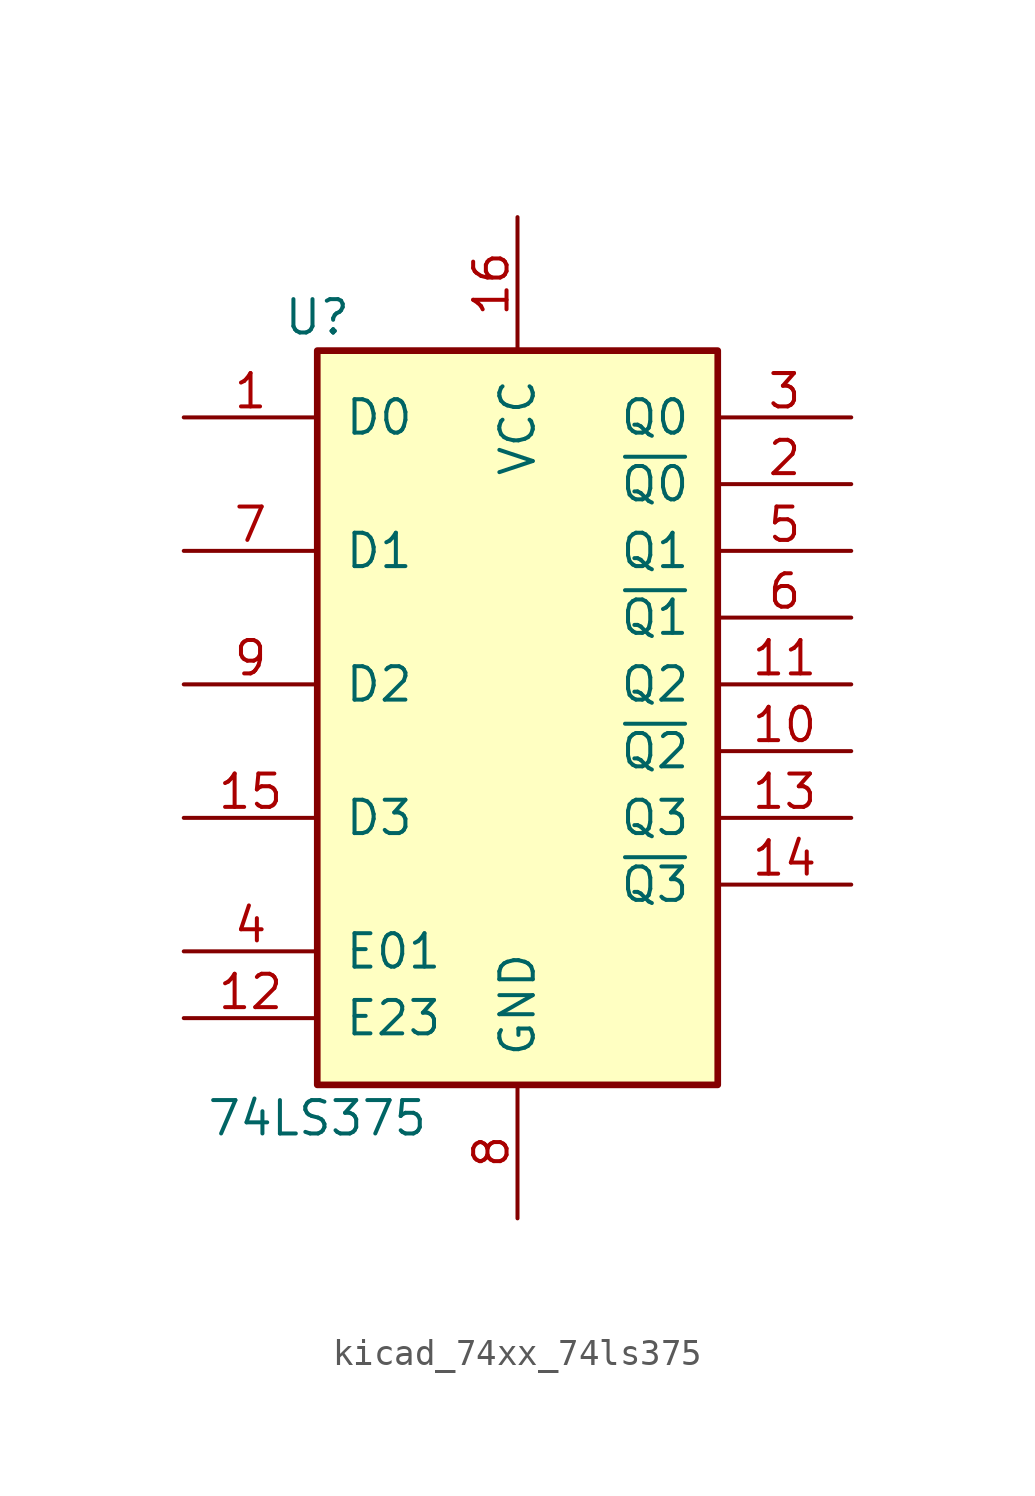
<source format=kicad_sym>
(kicad_symbol_lib
  (version 20220914)
  (generator kicad_symbol_editor)
  (symbol "kicad_74xx_74ls375"
    (pin_names
      (offset 1.016))
    (property "Reference" "U"
      (at -7.62 13.97 0)
      (effects (font (size 1.27 1.27))))
    (property "Value" "74LS375"
      (at -7.62 -16.51 0)
      (effects (font (size 1.27 1.27))))
    (property "ki_locked" ""
      (at 0 0 0)
      (effects (font (size 1.27 1.27))))
    (symbol "kicad_74xx_74ls375_1_0"
      (pin input line (at -12.7 10.16 0) (length 5.08) (name "D0" (effects (font (size 1.27 1.27)))) (number "1" (effects (font (size 1.27 1.27)))))
      (pin output line (at 12.7 -2.54 180) (length 5.08) (name "~{Q2}" (effects (font (size 1.27 1.27)))) (number "10" (effects (font (size 1.27 1.27)))))
      (pin output line (at 12.7 0 180) (length 5.08) (name "Q2" (effects (font (size 1.27 1.27)))) (number "11" (effects (font (size 1.27 1.27)))))
      (pin input line (at -12.7 -12.7 0) (length 5.08) (name "E23" (effects (font (size 1.27 1.27)))) (number "12" (effects (font (size 1.27 1.27)))))
      (pin output line (at 12.7 -5.08 180) (length 5.08) (name "Q3" (effects (font (size 1.27 1.27)))) (number "13" (effects (font (size 1.27 1.27)))))
      (pin output line (at 12.7 -7.62 180) (length 5.08) (name "~{Q3}" (effects (font (size 1.27 1.27)))) (number "14" (effects (font (size 1.27 1.27)))))
      (pin input line (at -12.7 -5.08 0) (length 5.08) (name "D3" (effects (font (size 1.27 1.27)))) (number "15" (effects (font (size 1.27 1.27)))))
      (pin power_in line (at 0 17.78 270) (length 5.08) (name "VCC" (effects (font (size 1.27 1.27)))) (number "16" (effects (font (size 1.27 1.27)))))
      (pin output line (at 12.7 7.62 180) (length 5.08) (name "~{Q0}" (effects (font (size 1.27 1.27)))) (number "2" (effects (font (size 1.27 1.27)))))
      (pin output line (at 12.7 10.16 180) (length 5.08) (name "Q0" (effects (font (size 1.27 1.27)))) (number "3" (effects (font (size 1.27 1.27)))))
      (pin input line (at -12.7 -10.16 0) (length 5.08) (name "E01" (effects (font (size 1.27 1.27)))) (number "4" (effects (font (size 1.27 1.27)))))
      (pin output line (at 12.7 5.08 180) (length 5.08) (name "Q1" (effects (font (size 1.27 1.27)))) (number "5" (effects (font (size 1.27 1.27)))))
      (pin output line (at 12.7 2.54 180) (length 5.08) (name "~{Q1}" (effects (font (size 1.27 1.27)))) (number "6" (effects (font (size 1.27 1.27)))))
      (pin input line (at -12.7 5.08 0) (length 5.08) (name "D1" (effects (font (size 1.27 1.27)))) (number "7" (effects (font (size 1.27 1.27)))))
      (pin power_in line (at 0 -20.32 90) (length 5.08) (name "GND" (effects (font (size 1.27 1.27)))) (number "8" (effects (font (size 1.27 1.27)))))
      (pin input line (at -12.7 0 0) (length 5.08) (name "D2" (effects (font (size 1.27 1.27)))) (number "9" (effects (font (size 1.27 1.27))))))
    (symbol "kicad_74xx_74ls375_1_1"
      (rectangle (start -7.62 12.7) (end 7.62 -15.24) (stroke (width 0.254) (type default)) (fill (type background))))))
</source>
